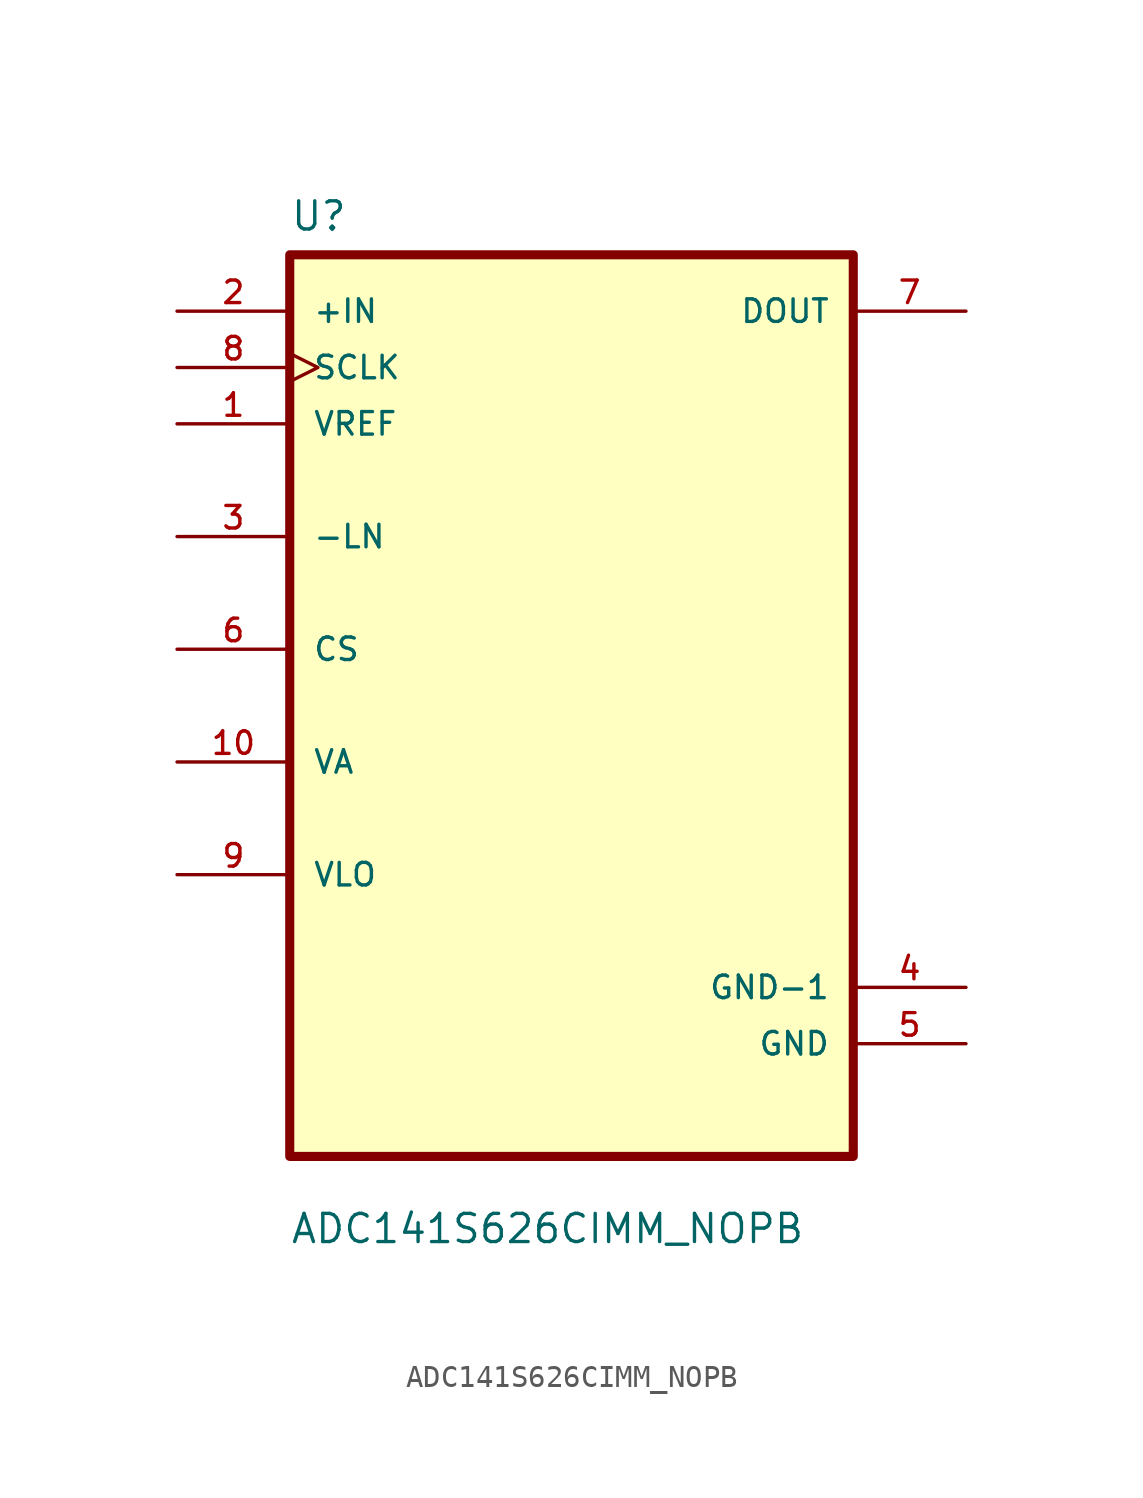
<source format=kicad_sym>
(kicad_symbol_lib
  (version 20211014)
  (generator kicad_symbol_editor)
  (symbol "ADC141S626CIMM_NOPB"
    (pin_names
      (offset 1.016))
    (property "Reference" "U"
      (at -12.7 21.32 0.0)
      (effects (font (size 1.27 1.27)) (justify bottom left)))
    (property "Value" "ADC141S626CIMM_NOPB"
      (at -12.7 -24.32 0.0)
      (effects (font (size 1.27 1.27)) (justify bottom left)))
    (symbol "ADC141S626CIMM_NOPB_0_0"
      (rectangle (start -12.7 -20.32) (end 12.7 20.32) (stroke (width 0.41)) (fill (type background)))
      (pin input line (at -17.78 17.78 0) (length 5.08) (name "+IN" (effects (font (size 1.016 1.016)))) (number "2" (effects (font (size 1.016 1.016)))))
      (pin input clock (at -17.78 15.24 0) (length 5.08) (name "SCLK" (effects (font (size 1.016 1.016)))) (number "8" (effects (font (size 1.016 1.016)))))
      (pin input line (at -17.78 12.7 0) (length 5.08) (name "VREF" (effects (font (size 1.016 1.016)))) (number "1" (effects (font (size 1.016 1.016)))))
      (pin bidirectional line (at -17.78 7.62 0) (length 5.08) (name "-LN" (effects (font (size 1.016 1.016)))) (number "3" (effects (font (size 1.016 1.016)))))
      (pin bidirectional line (at -17.78 2.54 0) (length 5.08) (name "CS" (effects (font (size 1.016 1.016)))) (number "6" (effects (font (size 1.016 1.016)))))
      (pin bidirectional line (at -17.78 -2.54 0) (length 5.08) (name "VA" (effects (font (size 1.016 1.016)))) (number "10" (effects (font (size 1.016 1.016)))))
      (pin bidirectional line (at -17.78 -7.62 0) (length 5.08) (name "VLO" (effects (font (size 1.016 1.016)))) (number "9" (effects (font (size 1.016 1.016)))))
      (pin output line (at 17.78 17.78 180.0) (length 5.08) (name "DOUT" (effects (font (size 1.016 1.016)))) (number "7" (effects (font (size 1.016 1.016)))))
      (pin power_in line (at 17.78 -12.7 180.0) (length 5.08) (name "GND-1" (effects (font (size 1.016 1.016)))) (number "4" (effects (font (size 1.016 1.016)))))
      (pin power_in line (at 17.78 -15.24 180.0) (length 5.08) (name "GND" (effects (font (size 1.016 1.016)))) (number "5" (effects (font (size 1.016 1.016))))))))
</source>
